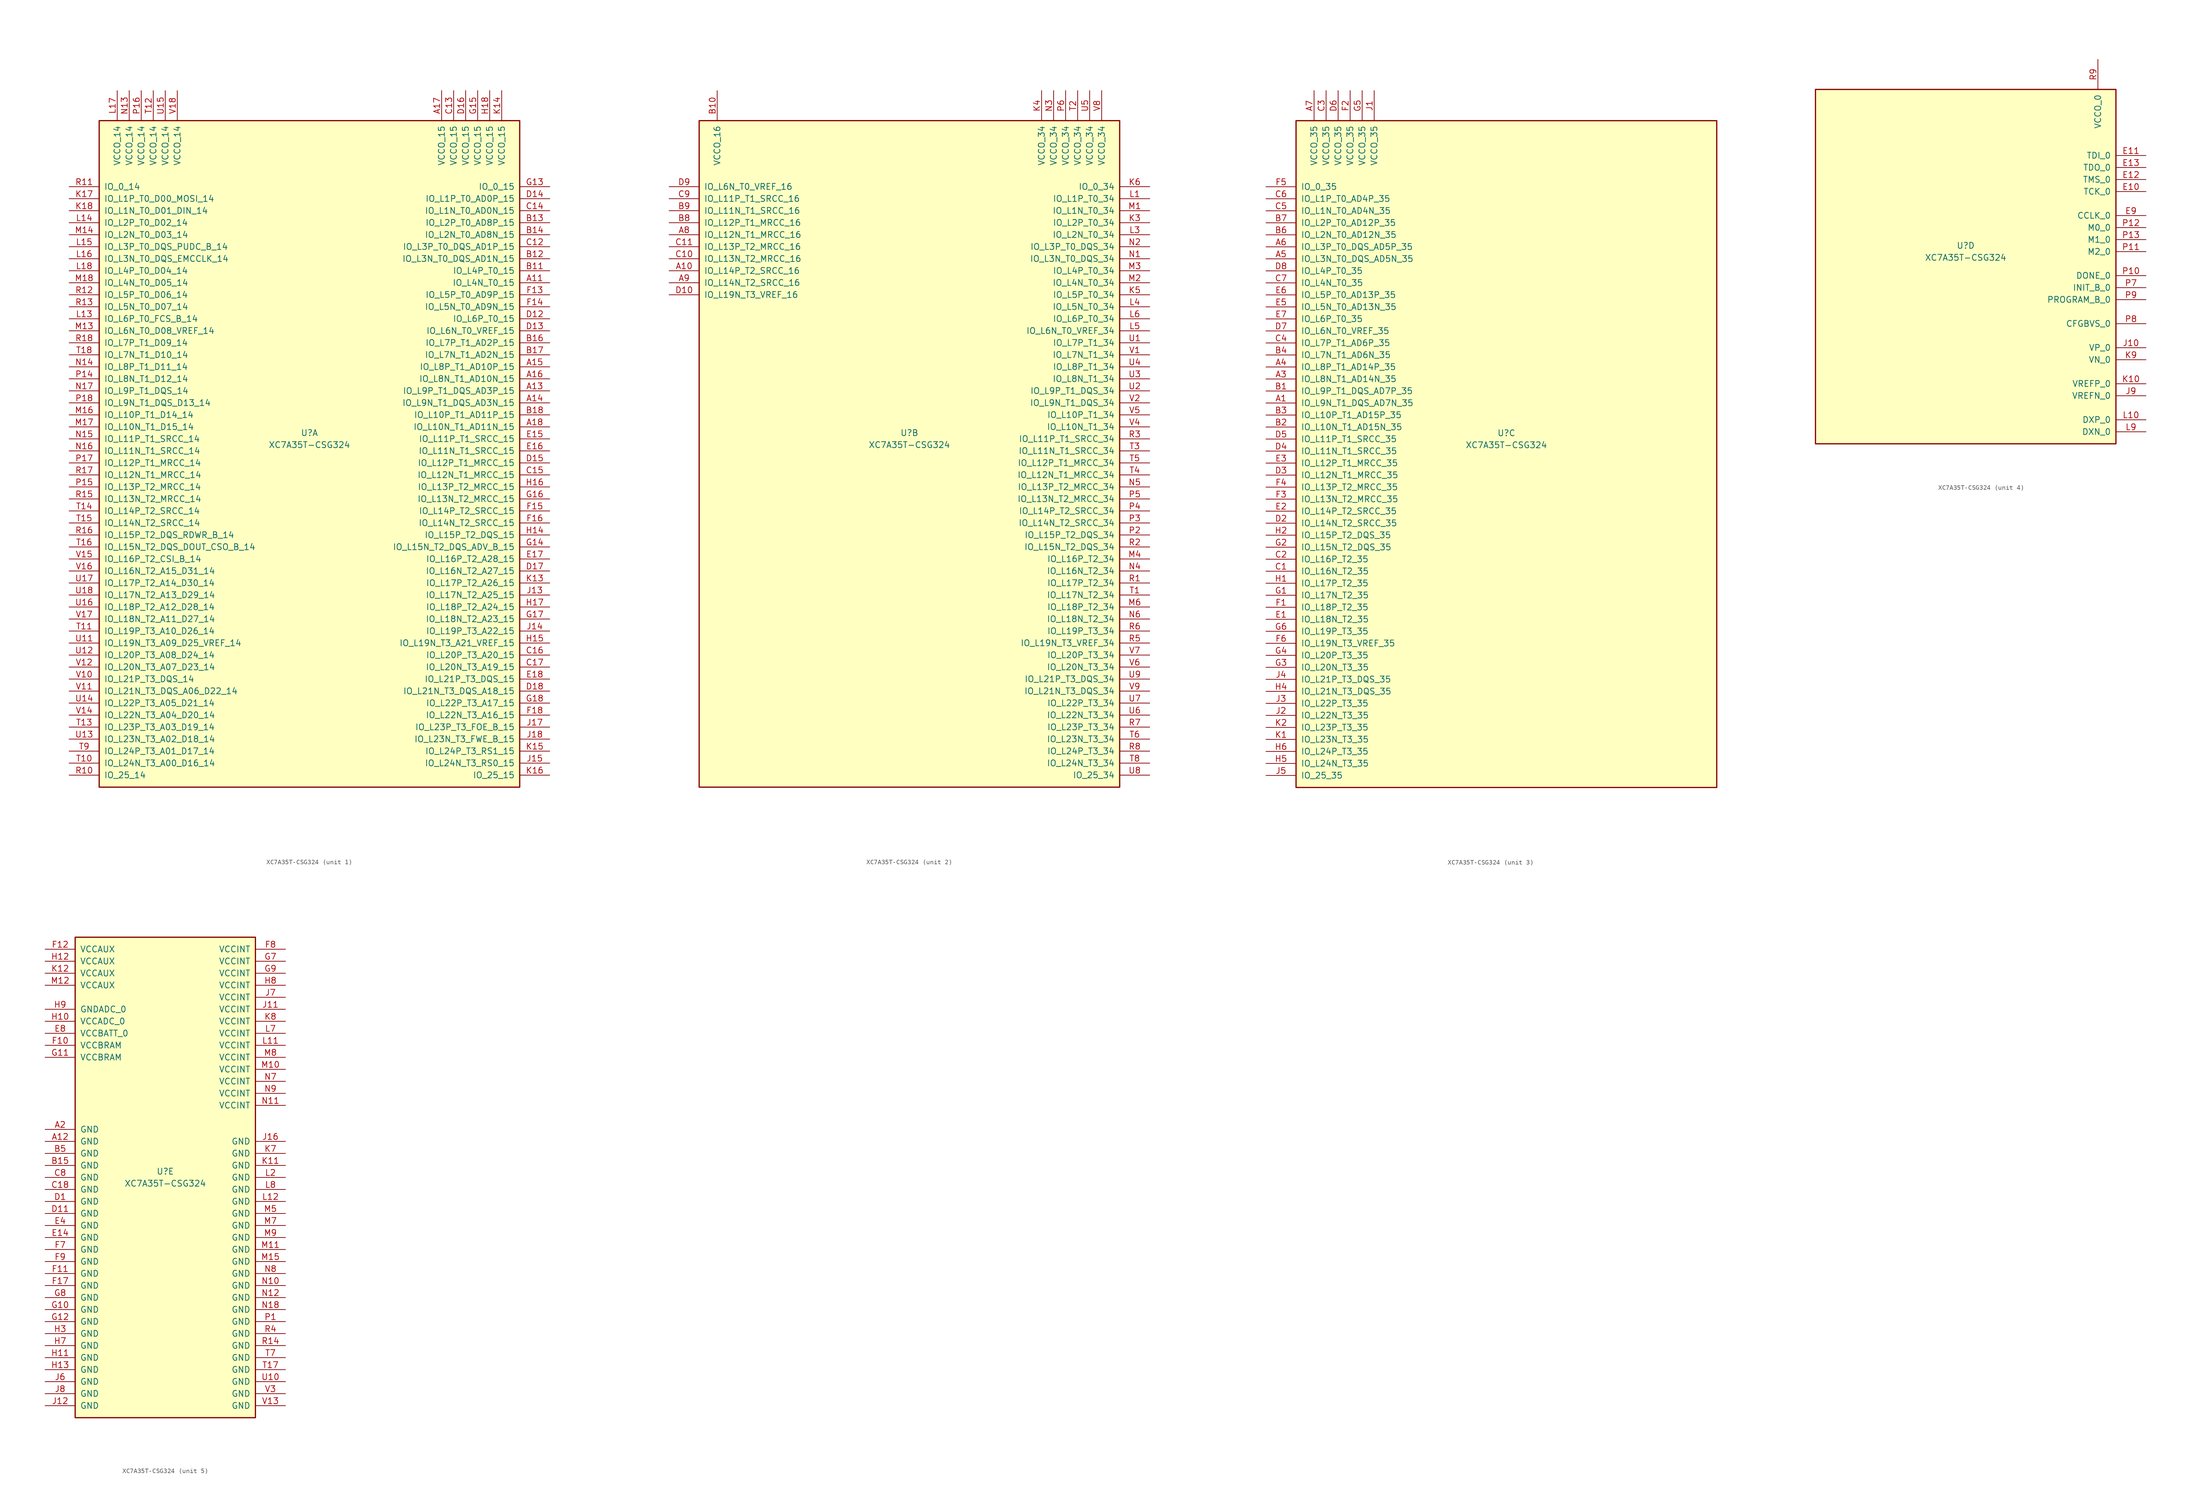
<source format=kicad_sym>
(kicad_symbol_lib
  (version 20201005)
  (generator kicad_symbol_editor)
  (symbol "XC7A35T-CSG324"
    (pin_names
      (offset 1.016))
    (property "Reference" "U"
      (at 0 1.27 0)
      (effects (font (size 1.27 1.27))))
    (property "Value" "XC7A35T-CSG324"
      (at 0 -1.27 0)
      (effects (font (size 1.27 1.27))))
    (property "Datasheet" ""
      (at 0 0 0)
      (effects (font (size 1.27 1.27))))
    (property "ki_locked" ""
      (at 0 0 0)
      (effects (font (size 1.27 1.27))))
    (symbol "XC7A35T-CSG324_1_1"
      (rectangle (start -44.45 67.31) (end 44.45 -73.66) (stroke (width 0.254)) (fill (type background)))
      (pin power_in line (at -40.64 73.66 270) (length 6.35) (name "VCCO_14" (effects (font (size 1.27 1.27)))) (number "L17" (effects (font (size 1.27 1.27)))))
      (pin power_in line (at -38.1 73.66 270) (length 6.35) (name "VCCO_14" (effects (font (size 1.27 1.27)))) (number "N13" (effects (font (size 1.27 1.27)))))
      (pin power_in line (at -35.56 73.66 270) (length 6.35) (name "VCCO_14" (effects (font (size 1.27 1.27)))) (number "P16" (effects (font (size 1.27 1.27)))))
      (pin power_in line (at -33.02 73.66 270) (length 6.35) (name "VCCO_14" (effects (font (size 1.27 1.27)))) (number "T12" (effects (font (size 1.27 1.27)))))
      (pin power_in line (at -30.48 73.66 270) (length 6.35) (name "VCCO_14" (effects (font (size 1.27 1.27)))) (number "U15" (effects (font (size 1.27 1.27)))))
      (pin power_in line (at -27.94 73.66 270) (length 6.35) (name "VCCO_14" (effects (font (size 1.27 1.27)))) (number "V18" (effects (font (size 1.27 1.27)))))
      (pin bidirectional line (at -50.8 53.34 0) (length 6.35) (name "IO_0_14" (effects (font (size 1.27 1.27)))) (number "R11" (effects (font (size 1.27 1.27)))))
      (pin bidirectional line (at -50.8 50.8 0) (length 6.35) (name "IO_L1P_T0_D00_MOSI_14" (effects (font (size 1.27 1.27)))) (number "K17" (effects (font (size 1.27 1.27)))))
      (pin bidirectional line (at -50.8 48.26 0) (length 6.35) (name "IO_L1N_T0_D01_DIN_14" (effects (font (size 1.27 1.27)))) (number "K18" (effects (font (size 1.27 1.27)))))
      (pin bidirectional line (at -50.8 45.72 0) (length 6.35) (name "IO_L2P_T0_D02_14" (effects (font (size 1.27 1.27)))) (number "L14" (effects (font (size 1.27 1.27)))))
      (pin bidirectional line (at -50.8 43.18 0) (length 6.35) (name "IO_L2N_T0_D03_14" (effects (font (size 1.27 1.27)))) (number "M14" (effects (font (size 1.27 1.27)))))
      (pin bidirectional line (at -50.8 40.64 0) (length 6.35) (name "IO_L3P_T0_DQS_PUDC_B_14" (effects (font (size 1.27 1.27)))) (number "L15" (effects (font (size 1.27 1.27)))))
      (pin bidirectional line (at -50.8 38.1 0) (length 6.35) (name "IO_L3N_T0_DQS_EMCCLK_14" (effects (font (size 1.27 1.27)))) (number "L16" (effects (font (size 1.27 1.27)))))
      (pin bidirectional line (at -50.8 35.56 0) (length 6.35) (name "IO_L4P_T0_D04_14" (effects (font (size 1.27 1.27)))) (number "L18" (effects (font (size 1.27 1.27)))))
      (pin bidirectional line (at -50.8 33.02 0) (length 6.35) (name "IO_L4N_T0_D05_14" (effects (font (size 1.27 1.27)))) (number "M18" (effects (font (size 1.27 1.27)))))
      (pin bidirectional line (at -50.8 30.48 0) (length 6.35) (name "IO_L5P_T0_D06_14" (effects (font (size 1.27 1.27)))) (number "R12" (effects (font (size 1.27 1.27)))))
      (pin bidirectional line (at -50.8 27.94 0) (length 6.35) (name "IO_L5N_T0_D07_14" (effects (font (size 1.27 1.27)))) (number "R13" (effects (font (size 1.27 1.27)))))
      (pin bidirectional line (at -50.8 25.4 0) (length 6.35) (name "IO_L6P_T0_FCS_B_14" (effects (font (size 1.27 1.27)))) (number "L13" (effects (font (size 1.27 1.27)))))
      (pin bidirectional line (at -50.8 22.86 0) (length 6.35) (name "IO_L6N_T0_D08_VREF_14" (effects (font (size 1.27 1.27)))) (number "M13" (effects (font (size 1.27 1.27)))))
      (pin bidirectional line (at -50.8 20.32 0) (length 6.35) (name "IO_L7P_T1_D09_14" (effects (font (size 1.27 1.27)))) (number "R18" (effects (font (size 1.27 1.27)))))
      (pin bidirectional line (at -50.8 17.78 0) (length 6.35) (name "IO_L7N_T1_D10_14" (effects (font (size 1.27 1.27)))) (number "T18" (effects (font (size 1.27 1.27)))))
      (pin bidirectional line (at -50.8 15.24 0) (length 6.35) (name "IO_L8P_T1_D11_14" (effects (font (size 1.27 1.27)))) (number "N14" (effects (font (size 1.27 1.27)))))
      (pin bidirectional line (at -50.8 12.7 0) (length 6.35) (name "IO_L8N_T1_D12_14" (effects (font (size 1.27 1.27)))) (number "P14" (effects (font (size 1.27 1.27)))))
      (pin bidirectional line (at -50.8 10.16 0) (length 6.35) (name "IO_L9P_T1_DQS_14" (effects (font (size 1.27 1.27)))) (number "N17" (effects (font (size 1.27 1.27)))))
      (pin bidirectional line (at -50.8 7.62 0) (length 6.35) (name "IO_L9N_T1_DQS_D13_14" (effects (font (size 1.27 1.27)))) (number "P18" (effects (font (size 1.27 1.27)))))
      (pin bidirectional line (at -50.8 5.08 0) (length 6.35) (name "IO_L10P_T1_D14_14" (effects (font (size 1.27 1.27)))) (number "M16" (effects (font (size 1.27 1.27)))))
      (pin bidirectional line (at -50.8 2.54 0) (length 6.35) (name "IO_L10N_T1_D15_14" (effects (font (size 1.27 1.27)))) (number "M17" (effects (font (size 1.27 1.27)))))
      (pin bidirectional line (at -50.8 0 0) (length 6.35) (name "IO_L11P_T1_SRCC_14" (effects (font (size 1.27 1.27)))) (number "N15" (effects (font (size 1.27 1.27)))))
      (pin bidirectional line (at -50.8 -2.54 0) (length 6.35) (name "IO_L11N_T1_SRCC_14" (effects (font (size 1.27 1.27)))) (number "N16" (effects (font (size 1.27 1.27)))))
      (pin bidirectional line (at -50.8 -5.08 0) (length 6.35) (name "IO_L12P_T1_MRCC_14" (effects (font (size 1.27 1.27)))) (number "P17" (effects (font (size 1.27 1.27)))))
      (pin bidirectional line (at -50.8 -7.62 0) (length 6.35) (name "IO_L12N_T1_MRCC_14" (effects (font (size 1.27 1.27)))) (number "R17" (effects (font (size 1.27 1.27)))))
      (pin bidirectional line (at -50.8 -10.16 0) (length 6.35) (name "IO_L13P_T2_MRCC_14" (effects (font (size 1.27 1.27)))) (number "P15" (effects (font (size 1.27 1.27)))))
      (pin bidirectional line (at -50.8 -12.7 0) (length 6.35) (name "IO_L13N_T2_MRCC_14" (effects (font (size 1.27 1.27)))) (number "R15" (effects (font (size 1.27 1.27)))))
      (pin bidirectional line (at -50.8 -15.24 0) (length 6.35) (name "IO_L14P_T2_SRCC_14" (effects (font (size 1.27 1.27)))) (number "T14" (effects (font (size 1.27 1.27)))))
      (pin bidirectional line (at -50.8 -17.78 0) (length 6.35) (name "IO_L14N_T2_SRCC_14" (effects (font (size 1.27 1.27)))) (number "T15" (effects (font (size 1.27 1.27)))))
      (pin bidirectional line (at -50.8 -20.32 0) (length 6.35) (name "IO_L15P_T2_DQS_RDWR_B_14" (effects (font (size 1.27 1.27)))) (number "R16" (effects (font (size 1.27 1.27)))))
      (pin bidirectional line (at -50.8 -22.86 0) (length 6.35) (name "IO_L15N_T2_DQS_DOUT_CSO_B_14" (effects (font (size 1.27 1.27)))) (number "T16" (effects (font (size 1.27 1.27)))))
      (pin bidirectional line (at -50.8 -25.4 0) (length 6.35) (name "IO_L16P_T2_CSI_B_14" (effects (font (size 1.27 1.27)))) (number "V15" (effects (font (size 1.27 1.27)))))
      (pin bidirectional line (at -50.8 -27.94 0) (length 6.35) (name "IO_L16N_T2_A15_D31_14" (effects (font (size 1.27 1.27)))) (number "V16" (effects (font (size 1.27 1.27)))))
      (pin bidirectional line (at -50.8 -30.48 0) (length 6.35) (name "IO_L17P_T2_A14_D30_14" (effects (font (size 1.27 1.27)))) (number "U17" (effects (font (size 1.27 1.27)))))
      (pin bidirectional line (at -50.8 -33.02 0) (length 6.35) (name "IO_L17N_T2_A13_D29_14" (effects (font (size 1.27 1.27)))) (number "U18" (effects (font (size 1.27 1.27)))))
      (pin bidirectional line (at -50.8 -35.56 0) (length 6.35) (name "IO_L18P_T2_A12_D28_14" (effects (font (size 1.27 1.27)))) (number "U16" (effects (font (size 1.27 1.27)))))
      (pin bidirectional line (at -50.8 -38.1 0) (length 6.35) (name "IO_L18N_T2_A11_D27_14" (effects (font (size 1.27 1.27)))) (number "V17" (effects (font (size 1.27 1.27)))))
      (pin bidirectional line (at -50.8 -40.64 0) (length 6.35) (name "IO_L19P_T3_A10_D26_14" (effects (font (size 1.27 1.27)))) (number "T11" (effects (font (size 1.27 1.27)))))
      (pin bidirectional line (at -50.8 -43.18 0) (length 6.35) (name "IO_L19N_T3_A09_D25_VREF_14" (effects (font (size 1.27 1.27)))) (number "U11" (effects (font (size 1.27 1.27)))))
      (pin bidirectional line (at -50.8 -45.72 0) (length 6.35) (name "IO_L20P_T3_A08_D24_14" (effects (font (size 1.27 1.27)))) (number "U12" (effects (font (size 1.27 1.27)))))
      (pin bidirectional line (at -50.8 -48.26 0) (length 6.35) (name "IO_L20N_T3_A07_D23_14" (effects (font (size 1.27 1.27)))) (number "V12" (effects (font (size 1.27 1.27)))))
      (pin bidirectional line (at -50.8 -50.8 0) (length 6.35) (name "IO_L21P_T3_DQS_14" (effects (font (size 1.27 1.27)))) (number "V10" (effects (font (size 1.27 1.27)))))
      (pin bidirectional line (at -50.8 -53.34 0) (length 6.35) (name "IO_L21N_T3_DQS_A06_D22_14" (effects (font (size 1.27 1.27)))) (number "V11" (effects (font (size 1.27 1.27)))))
      (pin bidirectional line (at -50.8 -55.88 0) (length 6.35) (name "IO_L22P_T3_A05_D21_14" (effects (font (size 1.27 1.27)))) (number "U14" (effects (font (size 1.27 1.27)))))
      (pin bidirectional line (at -50.8 -58.42 0) (length 6.35) (name "IO_L22N_T3_A04_D20_14" (effects (font (size 1.27 1.27)))) (number "V14" (effects (font (size 1.27 1.27)))))
      (pin bidirectional line (at -50.8 -60.96 0) (length 6.35) (name "IO_L23P_T3_A03_D19_14" (effects (font (size 1.27 1.27)))) (number "T13" (effects (font (size 1.27 1.27)))))
      (pin bidirectional line (at -50.8 -63.5 0) (length 6.35) (name "IO_L23N_T3_A02_D18_14" (effects (font (size 1.27 1.27)))) (number "U13" (effects (font (size 1.27 1.27)))))
      (pin bidirectional line (at -50.8 -66.04 0) (length 6.35) (name "IO_L24P_T3_A01_D17_14" (effects (font (size 1.27 1.27)))) (number "T9" (effects (font (size 1.27 1.27)))))
      (pin bidirectional line (at -50.8 -68.58 0) (length 6.35) (name "IO_L24N_T3_A00_D16_14" (effects (font (size 1.27 1.27)))) (number "T10" (effects (font (size 1.27 1.27)))))
      (pin bidirectional line (at -50.8 -71.12 0) (length 6.35) (name "IO_25_14" (effects (font (size 1.27 1.27)))) (number "R10" (effects (font (size 1.27 1.27)))))
      (pin power_in line (at 27.94 73.66 270) (length 6.35) (name "VCCO_15" (effects (font (size 1.27 1.27)))) (number "A17" (effects (font (size 1.27 1.27)))))
      (pin power_in line (at 30.48 73.66 270) (length 6.35) (name "VCCO_15" (effects (font (size 1.27 1.27)))) (number "C13" (effects (font (size 1.27 1.27)))))
      (pin power_in line (at 33.02 73.66 270) (length 6.35) (name "VCCO_15" (effects (font (size 1.27 1.27)))) (number "D16" (effects (font (size 1.27 1.27)))))
      (pin power_in line (at 35.56 73.66 270) (length 6.35) (name "VCCO_15" (effects (font (size 1.27 1.27)))) (number "G15" (effects (font (size 1.27 1.27)))))
      (pin power_in line (at 38.1 73.66 270) (length 6.35) (name "VCCO_15" (effects (font (size 1.27 1.27)))) (number "H18" (effects (font (size 1.27 1.27)))))
      (pin power_in line (at 40.64 73.66 270) (length 6.35) (name "VCCO_15" (effects (font (size 1.27 1.27)))) (number "K14" (effects (font (size 1.27 1.27)))))
      (pin bidirectional line (at 50.8 53.34 180) (length 6.35) (name "IO_0_15" (effects (font (size 1.27 1.27)))) (number "G13" (effects (font (size 1.27 1.27)))))
      (pin bidirectional line (at 50.8 50.8 180) (length 6.35) (name "IO_L1P_T0_AD0P_15" (effects (font (size 1.27 1.27)))) (number "D14" (effects (font (size 1.27 1.27)))))
      (pin bidirectional line (at 50.8 48.26 180) (length 6.35) (name "IO_L1N_T0_AD0N_15" (effects (font (size 1.27 1.27)))) (number "C14" (effects (font (size 1.27 1.27)))))
      (pin bidirectional line (at 50.8 45.72 180) (length 6.35) (name "IO_L2P_T0_AD8P_15" (effects (font (size 1.27 1.27)))) (number "B13" (effects (font (size 1.27 1.27)))))
      (pin bidirectional line (at 50.8 43.18 180) (length 6.35) (name "IO_L2N_T0_AD8N_15" (effects (font (size 1.27 1.27)))) (number "B14" (effects (font (size 1.27 1.27)))))
      (pin bidirectional line (at 50.8 40.64 180) (length 6.35) (name "IO_L3P_T0_DQS_AD1P_15" (effects (font (size 1.27 1.27)))) (number "C12" (effects (font (size 1.27 1.27)))))
      (pin bidirectional line (at 50.8 38.1 180) (length 6.35) (name "IO_L3N_T0_DQS_AD1N_15" (effects (font (size 1.27 1.27)))) (number "B12" (effects (font (size 1.27 1.27)))))
      (pin bidirectional line (at 50.8 35.56 180) (length 6.35) (name "IO_L4P_T0_15" (effects (font (size 1.27 1.27)))) (number "B11" (effects (font (size 1.27 1.27)))))
      (pin bidirectional line (at 50.8 33.02 180) (length 6.35) (name "IO_L4N_T0_15" (effects (font (size 1.27 1.27)))) (number "A11" (effects (font (size 1.27 1.27)))))
      (pin bidirectional line (at 50.8 30.48 180) (length 6.35) (name "IO_L5P_T0_AD9P_15" (effects (font (size 1.27 1.27)))) (number "F13" (effects (font (size 1.27 1.27)))))
      (pin bidirectional line (at 50.8 27.94 180) (length 6.35) (name "IO_L5N_T0_AD9N_15" (effects (font (size 1.27 1.27)))) (number "F14" (effects (font (size 1.27 1.27)))))
      (pin bidirectional line (at 50.8 25.4 180) (length 6.35) (name "IO_L6P_T0_15" (effects (font (size 1.27 1.27)))) (number "D12" (effects (font (size 1.27 1.27)))))
      (pin bidirectional line (at 50.8 22.86 180) (length 6.35) (name "IO_L6N_T0_VREF_15" (effects (font (size 1.27 1.27)))) (number "D13" (effects (font (size 1.27 1.27)))))
      (pin bidirectional line (at 50.8 20.32 180) (length 6.35) (name "IO_L7P_T1_AD2P_15" (effects (font (size 1.27 1.27)))) (number "B16" (effects (font (size 1.27 1.27)))))
      (pin bidirectional line (at 50.8 17.78 180) (length 6.35) (name "IO_L7N_T1_AD2N_15" (effects (font (size 1.27 1.27)))) (number "B17" (effects (font (size 1.27 1.27)))))
      (pin bidirectional line (at 50.8 15.24 180) (length 6.35) (name "IO_L8P_T1_AD10P_15" (effects (font (size 1.27 1.27)))) (number "A15" (effects (font (size 1.27 1.27)))))
      (pin bidirectional line (at 50.8 12.7 180) (length 6.35) (name "IO_L8N_T1_AD10N_15" (effects (font (size 1.27 1.27)))) (number "A16" (effects (font (size 1.27 1.27)))))
      (pin bidirectional line (at 50.8 10.16 180) (length 6.35) (name "IO_L9P_T1_DQS_AD3P_15" (effects (font (size 1.27 1.27)))) (number "A13" (effects (font (size 1.27 1.27)))))
      (pin bidirectional line (at 50.8 7.62 180) (length 6.35) (name "IO_L9N_T1_DQS_AD3N_15" (effects (font (size 1.27 1.27)))) (number "A14" (effects (font (size 1.27 1.27)))))
      (pin bidirectional line (at 50.8 5.08 180) (length 6.35) (name "IO_L10P_T1_AD11P_15" (effects (font (size 1.27 1.27)))) (number "B18" (effects (font (size 1.27 1.27)))))
      (pin bidirectional line (at 50.8 2.54 180) (length 6.35) (name "IO_L10N_T1_AD11N_15" (effects (font (size 1.27 1.27)))) (number "A18" (effects (font (size 1.27 1.27)))))
      (pin bidirectional line (at 50.8 0 180) (length 6.35) (name "IO_L11P_T1_SRCC_15" (effects (font (size 1.27 1.27)))) (number "E15" (effects (font (size 1.27 1.27)))))
      (pin bidirectional line (at 50.8 -2.54 180) (length 6.35) (name "IO_L11N_T1_SRCC_15" (effects (font (size 1.27 1.27)))) (number "E16" (effects (font (size 1.27 1.27)))))
      (pin bidirectional line (at 50.8 -5.08 180) (length 6.35) (name "IO_L12P_T1_MRCC_15" (effects (font (size 1.27 1.27)))) (number "D15" (effects (font (size 1.27 1.27)))))
      (pin bidirectional line (at 50.8 -7.62 180) (length 6.35) (name "IO_L12N_T1_MRCC_15" (effects (font (size 1.27 1.27)))) (number "C15" (effects (font (size 1.27 1.27)))))
      (pin bidirectional line (at 50.8 -10.16 180) (length 6.35) (name "IO_L13P_T2_MRCC_15" (effects (font (size 1.27 1.27)))) (number "H16" (effects (font (size 1.27 1.27)))))
      (pin bidirectional line (at 50.8 -12.7 180) (length 6.35) (name "IO_L13N_T2_MRCC_15" (effects (font (size 1.27 1.27)))) (number "G16" (effects (font (size 1.27 1.27)))))
      (pin bidirectional line (at 50.8 -15.24 180) (length 6.35) (name "IO_L14P_T2_SRCC_15" (effects (font (size 1.27 1.27)))) (number "F15" (effects (font (size 1.27 1.27)))))
      (pin bidirectional line (at 50.8 -17.78 180) (length 6.35) (name "IO_L14N_T2_SRCC_15" (effects (font (size 1.27 1.27)))) (number "F16" (effects (font (size 1.27 1.27)))))
      (pin bidirectional line (at 50.8 -20.32 180) (length 6.35) (name "IO_L15P_T2_DQS_15" (effects (font (size 1.27 1.27)))) (number "H14" (effects (font (size 1.27 1.27)))))
      (pin bidirectional line (at 50.8 -22.86 180) (length 6.35) (name "IO_L15N_T2_DQS_ADV_B_15" (effects (font (size 1.27 1.27)))) (number "G14" (effects (font (size 1.27 1.27)))))
      (pin bidirectional line (at 50.8 -25.4 180) (length 6.35) (name "IO_L16P_T2_A28_15" (effects (font (size 1.27 1.27)))) (number "E17" (effects (font (size 1.27 1.27)))))
      (pin bidirectional line (at 50.8 -27.94 180) (length 6.35) (name "IO_L16N_T2_A27_15" (effects (font (size 1.27 1.27)))) (number "D17" (effects (font (size 1.27 1.27)))))
      (pin bidirectional line (at 50.8 -30.48 180) (length 6.35) (name "IO_L17P_T2_A26_15" (effects (font (size 1.27 1.27)))) (number "K13" (effects (font (size 1.27 1.27)))))
      (pin bidirectional line (at 50.8 -33.02 180) (length 6.35) (name "IO_L17N_T2_A25_15" (effects (font (size 1.27 1.27)))) (number "J13" (effects (font (size 1.27 1.27)))))
      (pin bidirectional line (at 50.8 -35.56 180) (length 6.35) (name "IO_L18P_T2_A24_15" (effects (font (size 1.27 1.27)))) (number "H17" (effects (font (size 1.27 1.27)))))
      (pin bidirectional line (at 50.8 -38.1 180) (length 6.35) (name "IO_L18N_T2_A23_15" (effects (font (size 1.27 1.27)))) (number "G17" (effects (font (size 1.27 1.27)))))
      (pin bidirectional line (at 50.8 -40.64 180) (length 6.35) (name "IO_L19P_T3_A22_15" (effects (font (size 1.27 1.27)))) (number "J14" (effects (font (size 1.27 1.27)))))
      (pin bidirectional line (at 50.8 -43.18 180) (length 6.35) (name "IO_L19N_T3_A21_VREF_15" (effects (font (size 1.27 1.27)))) (number "H15" (effects (font (size 1.27 1.27)))))
      (pin bidirectional line (at 50.8 -45.72 180) (length 6.35) (name "IO_L20P_T3_A20_15" (effects (font (size 1.27 1.27)))) (number "C16" (effects (font (size 1.27 1.27)))))
      (pin bidirectional line (at 50.8 -48.26 180) (length 6.35) (name "IO_L20N_T3_A19_15" (effects (font (size 1.27 1.27)))) (number "C17" (effects (font (size 1.27 1.27)))))
      (pin bidirectional line (at 50.8 -50.8 180) (length 6.35) (name "IO_L21P_T3_DQS_15" (effects (font (size 1.27 1.27)))) (number "E18" (effects (font (size 1.27 1.27)))))
      (pin bidirectional line (at 50.8 -53.34 180) (length 6.35) (name "IO_L21N_T3_DQS_A18_15" (effects (font (size 1.27 1.27)))) (number "D18" (effects (font (size 1.27 1.27)))))
      (pin bidirectional line (at 50.8 -55.88 180) (length 6.35) (name "IO_L22P_T3_A17_15" (effects (font (size 1.27 1.27)))) (number "G18" (effects (font (size 1.27 1.27)))))
      (pin bidirectional line (at 50.8 -58.42 180) (length 6.35) (name "IO_L22N_T3_A16_15" (effects (font (size 1.27 1.27)))) (number "F18" (effects (font (size 1.27 1.27)))))
      (pin bidirectional line (at 50.8 -60.96 180) (length 6.35) (name "IO_L23P_T3_FOE_B_15" (effects (font (size 1.27 1.27)))) (number "J17" (effects (font (size 1.27 1.27)))))
      (pin bidirectional line (at 50.8 -63.5 180) (length 6.35) (name "IO_L23N_T3_FWE_B_15" (effects (font (size 1.27 1.27)))) (number "J18" (effects (font (size 1.27 1.27)))))
      (pin bidirectional line (at 50.8 -66.04 180) (length 6.35) (name "IO_L24P_T3_RS1_15" (effects (font (size 1.27 1.27)))) (number "K15" (effects (font (size 1.27 1.27)))))
      (pin bidirectional line (at 50.8 -68.58 180) (length 6.35) (name "IO_L24N_T3_RS0_15" (effects (font (size 1.27 1.27)))) (number "J15" (effects (font (size 1.27 1.27)))))
      (pin bidirectional line (at 50.8 -71.12 180) (length 6.35) (name "IO_25_15" (effects (font (size 1.27 1.27)))) (number "K16" (effects (font (size 1.27 1.27))))))
    (symbol "XC7A35T-CSG324_2_1"
      (rectangle (start -44.45 67.31) (end 44.45 -73.66) (stroke (width 0.254)) (fill (type background)))
      (pin power_in line (at -40.64 73.66 270) (length 6.35) (name "VCCO_16" (effects (font (size 1.27 1.27)))) (number "B10" (effects (font (size 1.27 1.27)))))
      (pin bidirectional line (at -50.8 53.34 0) (length 6.35) (name "IO_L6N_T0_VREF_16" (effects (font (size 1.27 1.27)))) (number "D9" (effects (font (size 1.27 1.27)))))
      (pin bidirectional line (at -50.8 50.8 0) (length 6.35) (name "IO_L11P_T1_SRCC_16" (effects (font (size 1.27 1.27)))) (number "C9" (effects (font (size 1.27 1.27)))))
      (pin bidirectional line (at -50.8 48.26 0) (length 6.35) (name "IO_L11N_T1_SRCC_16" (effects (font (size 1.27 1.27)))) (number "B9" (effects (font (size 1.27 1.27)))))
      (pin bidirectional line (at -50.8 45.72 0) (length 6.35) (name "IO_L12P_T1_MRCC_16" (effects (font (size 1.27 1.27)))) (number "B8" (effects (font (size 1.27 1.27)))))
      (pin bidirectional line (at -50.8 43.18 0) (length 6.35) (name "IO_L12N_T1_MRCC_16" (effects (font (size 1.27 1.27)))) (number "A8" (effects (font (size 1.27 1.27)))))
      (pin bidirectional line (at -50.8 40.64 0) (length 6.35) (name "IO_L13P_T2_MRCC_16" (effects (font (size 1.27 1.27)))) (number "C11" (effects (font (size 1.27 1.27)))))
      (pin bidirectional line (at -50.8 38.1 0) (length 6.35) (name "IO_L13N_T2_MRCC_16" (effects (font (size 1.27 1.27)))) (number "C10" (effects (font (size 1.27 1.27)))))
      (pin bidirectional line (at -50.8 35.56 0) (length 6.35) (name "IO_L14P_T2_SRCC_16" (effects (font (size 1.27 1.27)))) (number "A10" (effects (font (size 1.27 1.27)))))
      (pin bidirectional line (at -50.8 33.02 0) (length 6.35) (name "IO_L14N_T2_SRCC_16" (effects (font (size 1.27 1.27)))) (number "A9" (effects (font (size 1.27 1.27)))))
      (pin bidirectional line (at -50.8 30.48 0) (length 6.35) (name "IO_L19N_T3_VREF_16" (effects (font (size 1.27 1.27)))) (number "D10" (effects (font (size 1.27 1.27)))))
      (pin power_in line (at 27.94 73.66 270) (length 6.35) (name "VCCO_34" (effects (font (size 1.27 1.27)))) (number "K4" (effects (font (size 1.27 1.27)))))
      (pin power_in line (at 30.48 73.66 270) (length 6.35) (name "VCCO_34" (effects (font (size 1.27 1.27)))) (number "N3" (effects (font (size 1.27 1.27)))))
      (pin power_in line (at 33.02 73.66 270) (length 6.35) (name "VCCO_34" (effects (font (size 1.27 1.27)))) (number "P6" (effects (font (size 1.27 1.27)))))
      (pin power_in line (at 35.56 73.66 270) (length 6.35) (name "VCCO_34" (effects (font (size 1.27 1.27)))) (number "T2" (effects (font (size 1.27 1.27)))))
      (pin power_in line (at 38.1 73.66 270) (length 6.35) (name "VCCO_34" (effects (font (size 1.27 1.27)))) (number "U5" (effects (font (size 1.27 1.27)))))
      (pin power_in line (at 40.64 73.66 270) (length 6.35) (name "VCCO_34" (effects (font (size 1.27 1.27)))) (number "V8" (effects (font (size 1.27 1.27)))))
      (pin bidirectional line (at 50.8 53.34 180) (length 6.35) (name "IO_0_34" (effects (font (size 1.27 1.27)))) (number "K6" (effects (font (size 1.27 1.27)))))
      (pin bidirectional line (at 50.8 50.8 180) (length 6.35) (name "IO_L1P_T0_34" (effects (font (size 1.27 1.27)))) (number "L1" (effects (font (size 1.27 1.27)))))
      (pin bidirectional line (at 50.8 48.26 180) (length 6.35) (name "IO_L1N_T0_34" (effects (font (size 1.27 1.27)))) (number "M1" (effects (font (size 1.27 1.27)))))
      (pin bidirectional line (at 50.8 45.72 180) (length 6.35) (name "IO_L2P_T0_34" (effects (font (size 1.27 1.27)))) (number "K3" (effects (font (size 1.27 1.27)))))
      (pin bidirectional line (at 50.8 43.18 180) (length 6.35) (name "IO_L2N_T0_34" (effects (font (size 1.27 1.27)))) (number "L3" (effects (font (size 1.27 1.27)))))
      (pin bidirectional line (at 50.8 40.64 180) (length 6.35) (name "IO_L3P_T0_DQS_34" (effects (font (size 1.27 1.27)))) (number "N2" (effects (font (size 1.27 1.27)))))
      (pin bidirectional line (at 50.8 38.1 180) (length 6.35) (name "IO_L3N_T0_DQS_34" (effects (font (size 1.27 1.27)))) (number "N1" (effects (font (size 1.27 1.27)))))
      (pin bidirectional line (at 50.8 35.56 180) (length 6.35) (name "IO_L4P_T0_34" (effects (font (size 1.27 1.27)))) (number "M3" (effects (font (size 1.27 1.27)))))
      (pin bidirectional line (at 50.8 33.02 180) (length 6.35) (name "IO_L4N_T0_34" (effects (font (size 1.27 1.27)))) (number "M2" (effects (font (size 1.27 1.27)))))
      (pin bidirectional line (at 50.8 30.48 180) (length 6.35) (name "IO_L5P_T0_34" (effects (font (size 1.27 1.27)))) (number "K5" (effects (font (size 1.27 1.27)))))
      (pin bidirectional line (at 50.8 27.94 180) (length 6.35) (name "IO_L5N_T0_34" (effects (font (size 1.27 1.27)))) (number "L4" (effects (font (size 1.27 1.27)))))
      (pin bidirectional line (at 50.8 25.4 180) (length 6.35) (name "IO_L6P_T0_34" (effects (font (size 1.27 1.27)))) (number "L6" (effects (font (size 1.27 1.27)))))
      (pin bidirectional line (at 50.8 22.86 180) (length 6.35) (name "IO_L6N_T0_VREF_34" (effects (font (size 1.27 1.27)))) (number "L5" (effects (font (size 1.27 1.27)))))
      (pin bidirectional line (at 50.8 20.32 180) (length 6.35) (name "IO_L7P_T1_34" (effects (font (size 1.27 1.27)))) (number "U1" (effects (font (size 1.27 1.27)))))
      (pin bidirectional line (at 50.8 17.78 180) (length 6.35) (name "IO_L7N_T1_34" (effects (font (size 1.27 1.27)))) (number "V1" (effects (font (size 1.27 1.27)))))
      (pin bidirectional line (at 50.8 15.24 180) (length 6.35) (name "IO_L8P_T1_34" (effects (font (size 1.27 1.27)))) (number "U4" (effects (font (size 1.27 1.27)))))
      (pin bidirectional line (at 50.8 12.7 180) (length 6.35) (name "IO_L8N_T1_34" (effects (font (size 1.27 1.27)))) (number "U3" (effects (font (size 1.27 1.27)))))
      (pin bidirectional line (at 50.8 10.16 180) (length 6.35) (name "IO_L9P_T1_DQS_34" (effects (font (size 1.27 1.27)))) (number "U2" (effects (font (size 1.27 1.27)))))
      (pin bidirectional line (at 50.8 7.62 180) (length 6.35) (name "IO_L9N_T1_DQS_34" (effects (font (size 1.27 1.27)))) (number "V2" (effects (font (size 1.27 1.27)))))
      (pin bidirectional line (at 50.8 5.08 180) (length 6.35) (name "IO_L10P_T1_34" (effects (font (size 1.27 1.27)))) (number "V5" (effects (font (size 1.27 1.27)))))
      (pin bidirectional line (at 50.8 2.54 180) (length 6.35) (name "IO_L10N_T1_34" (effects (font (size 1.27 1.27)))) (number "V4" (effects (font (size 1.27 1.27)))))
      (pin bidirectional line (at 50.8 0 180) (length 6.35) (name "IO_L11P_T1_SRCC_34" (effects (font (size 1.27 1.27)))) (number "R3" (effects (font (size 1.27 1.27)))))
      (pin bidirectional line (at 50.8 -2.54 180) (length 6.35) (name "IO_L11N_T1_SRCC_34" (effects (font (size 1.27 1.27)))) (number "T3" (effects (font (size 1.27 1.27)))))
      (pin bidirectional line (at 50.8 -5.08 180) (length 6.35) (name "IO_L12P_T1_MRCC_34" (effects (font (size 1.27 1.27)))) (number "T5" (effects (font (size 1.27 1.27)))))
      (pin bidirectional line (at 50.8 -7.62 180) (length 6.35) (name "IO_L12N_T1_MRCC_34" (effects (font (size 1.27 1.27)))) (number "T4" (effects (font (size 1.27 1.27)))))
      (pin bidirectional line (at 50.8 -10.16 180) (length 6.35) (name "IO_L13P_T2_MRCC_34" (effects (font (size 1.27 1.27)))) (number "N5" (effects (font (size 1.27 1.27)))))
      (pin bidirectional line (at 50.8 -12.7 180) (length 6.35) (name "IO_L13N_T2_MRCC_34" (effects (font (size 1.27 1.27)))) (number "P5" (effects (font (size 1.27 1.27)))))
      (pin bidirectional line (at 50.8 -15.24 180) (length 6.35) (name "IO_L14P_T2_SRCC_34" (effects (font (size 1.27 1.27)))) (number "P4" (effects (font (size 1.27 1.27)))))
      (pin bidirectional line (at 50.8 -17.78 180) (length 6.35) (name "IO_L14N_T2_SRCC_34" (effects (font (size 1.27 1.27)))) (number "P3" (effects (font (size 1.27 1.27)))))
      (pin bidirectional line (at 50.8 -20.32 180) (length 6.35) (name "IO_L15P_T2_DQS_34" (effects (font (size 1.27 1.27)))) (number "P2" (effects (font (size 1.27 1.27)))))
      (pin bidirectional line (at 50.8 -22.86 180) (length 6.35) (name "IO_L15N_T2_DQS_34" (effects (font (size 1.27 1.27)))) (number "R2" (effects (font (size 1.27 1.27)))))
      (pin bidirectional line (at 50.8 -25.4 180) (length 6.35) (name "IO_L16P_T2_34" (effects (font (size 1.27 1.27)))) (number "M4" (effects (font (size 1.27 1.27)))))
      (pin bidirectional line (at 50.8 -27.94 180) (length 6.35) (name "IO_L16N_T2_34" (effects (font (size 1.27 1.27)))) (number "N4" (effects (font (size 1.27 1.27)))))
      (pin bidirectional line (at 50.8 -30.48 180) (length 6.35) (name "IO_L17P_T2_34" (effects (font (size 1.27 1.27)))) (number "R1" (effects (font (size 1.27 1.27)))))
      (pin bidirectional line (at 50.8 -33.02 180) (length 6.35) (name "IO_L17N_T2_34" (effects (font (size 1.27 1.27)))) (number "T1" (effects (font (size 1.27 1.27)))))
      (pin bidirectional line (at 50.8 -35.56 180) (length 6.35) (name "IO_L18P_T2_34" (effects (font (size 1.27 1.27)))) (number "M6" (effects (font (size 1.27 1.27)))))
      (pin bidirectional line (at 50.8 -38.1 180) (length 6.35) (name "IO_L18N_T2_34" (effects (font (size 1.27 1.27)))) (number "N6" (effects (font (size 1.27 1.27)))))
      (pin bidirectional line (at 50.8 -40.64 180) (length 6.35) (name "IO_L19P_T3_34" (effects (font (size 1.27 1.27)))) (number "R6" (effects (font (size 1.27 1.27)))))
      (pin bidirectional line (at 50.8 -43.18 180) (length 6.35) (name "IO_L19N_T3_VREF_34" (effects (font (size 1.27 1.27)))) (number "R5" (effects (font (size 1.27 1.27)))))
      (pin bidirectional line (at 50.8 -45.72 180) (length 6.35) (name "IO_L20P_T3_34" (effects (font (size 1.27 1.27)))) (number "V7" (effects (font (size 1.27 1.27)))))
      (pin bidirectional line (at 50.8 -48.26 180) (length 6.35) (name "IO_L20N_T3_34" (effects (font (size 1.27 1.27)))) (number "V6" (effects (font (size 1.27 1.27)))))
      (pin bidirectional line (at 50.8 -50.8 180) (length 6.35) (name "IO_L21P_T3_DQS_34" (effects (font (size 1.27 1.27)))) (number "U9" (effects (font (size 1.27 1.27)))))
      (pin bidirectional line (at 50.8 -53.34 180) (length 6.35) (name "IO_L21N_T3_DQS_34" (effects (font (size 1.27 1.27)))) (number "V9" (effects (font (size 1.27 1.27)))))
      (pin bidirectional line (at 50.8 -55.88 180) (length 6.35) (name "IO_L22P_T3_34" (effects (font (size 1.27 1.27)))) (number "U7" (effects (font (size 1.27 1.27)))))
      (pin bidirectional line (at 50.8 -58.42 180) (length 6.35) (name "IO_L22N_T3_34" (effects (font (size 1.27 1.27)))) (number "U6" (effects (font (size 1.27 1.27)))))
      (pin bidirectional line (at 50.8 -60.96 180) (length 6.35) (name "IO_L23P_T3_34" (effects (font (size 1.27 1.27)))) (number "R7" (effects (font (size 1.27 1.27)))))
      (pin bidirectional line (at 50.8 -63.5 180) (length 6.35) (name "IO_L23N_T3_34" (effects (font (size 1.27 1.27)))) (number "T6" (effects (font (size 1.27 1.27)))))
      (pin bidirectional line (at 50.8 -66.04 180) (length 6.35) (name "IO_L24P_T3_34" (effects (font (size 1.27 1.27)))) (number "R8" (effects (font (size 1.27 1.27)))))
      (pin bidirectional line (at 50.8 -68.58 180) (length 6.35) (name "IO_L24N_T3_34" (effects (font (size 1.27 1.27)))) (number "T8" (effects (font (size 1.27 1.27)))))
      (pin bidirectional line (at 50.8 -71.12 180) (length 6.35) (name "IO_25_34" (effects (font (size 1.27 1.27)))) (number "U8" (effects (font (size 1.27 1.27))))))
    (symbol "XC7A35T-CSG324_3_1"
      (rectangle (start -44.45 67.31) (end 44.45 -73.66) (stroke (width 0.254)) (fill (type background)))
      (pin power_in line (at -40.64 73.66 270) (length 6.35) (name "VCCO_35" (effects (font (size 1.27 1.27)))) (number "A7" (effects (font (size 1.27 1.27)))))
      (pin power_in line (at -38.1 73.66 270) (length 6.35) (name "VCCO_35" (effects (font (size 1.27 1.27)))) (number "C3" (effects (font (size 1.27 1.27)))))
      (pin power_in line (at -35.56 73.66 270) (length 6.35) (name "VCCO_35" (effects (font (size 1.27 1.27)))) (number "D6" (effects (font (size 1.27 1.27)))))
      (pin power_in line (at -33.02 73.66 270) (length 6.35) (name "VCCO_35" (effects (font (size 1.27 1.27)))) (number "F2" (effects (font (size 1.27 1.27)))))
      (pin power_in line (at -30.48 73.66 270) (length 6.35) (name "VCCO_35" (effects (font (size 1.27 1.27)))) (number "G5" (effects (font (size 1.27 1.27)))))
      (pin power_in line (at -27.94 73.66 270) (length 6.35) (name "VCCO_35" (effects (font (size 1.27 1.27)))) (number "J1" (effects (font (size 1.27 1.27)))))
      (pin bidirectional line (at -50.8 53.34 0) (length 6.35) (name "IO_0_35" (effects (font (size 1.27 1.27)))) (number "F5" (effects (font (size 1.27 1.27)))))
      (pin bidirectional line (at -50.8 50.8 0) (length 6.35) (name "IO_L1P_T0_AD4P_35" (effects (font (size 1.27 1.27)))) (number "C6" (effects (font (size 1.27 1.27)))))
      (pin bidirectional line (at -50.8 48.26 0) (length 6.35) (name "IO_L1N_T0_AD4N_35" (effects (font (size 1.27 1.27)))) (number "C5" (effects (font (size 1.27 1.27)))))
      (pin bidirectional line (at -50.8 45.72 0) (length 6.35) (name "IO_L2P_T0_AD12P_35" (effects (font (size 1.27 1.27)))) (number "B7" (effects (font (size 1.27 1.27)))))
      (pin bidirectional line (at -50.8 43.18 0) (length 6.35) (name "IO_L2N_T0_AD12N_35" (effects (font (size 1.27 1.27)))) (number "B6" (effects (font (size 1.27 1.27)))))
      (pin bidirectional line (at -50.8 40.64 0) (length 6.35) (name "IO_L3P_T0_DQS_AD5P_35" (effects (font (size 1.27 1.27)))) (number "A6" (effects (font (size 1.27 1.27)))))
      (pin bidirectional line (at -50.8 38.1 0) (length 6.35) (name "IO_L3N_T0_DQS_AD5N_35" (effects (font (size 1.27 1.27)))) (number "A5" (effects (font (size 1.27 1.27)))))
      (pin bidirectional line (at -50.8 35.56 0) (length 6.35) (name "IO_L4P_T0_35" (effects (font (size 1.27 1.27)))) (number "D8" (effects (font (size 1.27 1.27)))))
      (pin bidirectional line (at -50.8 33.02 0) (length 6.35) (name "IO_L4N_T0_35" (effects (font (size 1.27 1.27)))) (number "C7" (effects (font (size 1.27 1.27)))))
      (pin bidirectional line (at -50.8 30.48 0) (length 6.35) (name "IO_L5P_T0_AD13P_35" (effects (font (size 1.27 1.27)))) (number "E6" (effects (font (size 1.27 1.27)))))
      (pin bidirectional line (at -50.8 27.94 0) (length 6.35) (name "IO_L5N_T0_AD13N_35" (effects (font (size 1.27 1.27)))) (number "E5" (effects (font (size 1.27 1.27)))))
      (pin bidirectional line (at -50.8 25.4 0) (length 6.35) (name "IO_L6P_T0_35" (effects (font (size 1.27 1.27)))) (number "E7" (effects (font (size 1.27 1.27)))))
      (pin bidirectional line (at -50.8 22.86 0) (length 6.35) (name "IO_L6N_T0_VREF_35" (effects (font (size 1.27 1.27)))) (number "D7" (effects (font (size 1.27 1.27)))))
      (pin bidirectional line (at -50.8 20.32 0) (length 6.35) (name "IO_L7P_T1_AD6P_35" (effects (font (size 1.27 1.27)))) (number "C4" (effects (font (size 1.27 1.27)))))
      (pin bidirectional line (at -50.8 17.78 0) (length 6.35) (name "IO_L7N_T1_AD6N_35" (effects (font (size 1.27 1.27)))) (number "B4" (effects (font (size 1.27 1.27)))))
      (pin bidirectional line (at -50.8 15.24 0) (length 6.35) (name "IO_L8P_T1_AD14P_35" (effects (font (size 1.27 1.27)))) (number "A4" (effects (font (size 1.27 1.27)))))
      (pin bidirectional line (at -50.8 12.7 0) (length 6.35) (name "IO_L8N_T1_AD14N_35" (effects (font (size 1.27 1.27)))) (number "A3" (effects (font (size 1.27 1.27)))))
      (pin bidirectional line (at -50.8 10.16 0) (length 6.35) (name "IO_L9P_T1_DQS_AD7P_35" (effects (font (size 1.27 1.27)))) (number "B1" (effects (font (size 1.27 1.27)))))
      (pin bidirectional line (at -50.8 7.62 0) (length 6.35) (name "IO_L9N_T1_DQS_AD7N_35" (effects (font (size 1.27 1.27)))) (number "A1" (effects (font (size 1.27 1.27)))))
      (pin bidirectional line (at -50.8 5.08 0) (length 6.35) (name "IO_L10P_T1_AD15P_35" (effects (font (size 1.27 1.27)))) (number "B3" (effects (font (size 1.27 1.27)))))
      (pin bidirectional line (at -50.8 2.54 0) (length 6.35) (name "IO_L10N_T1_AD15N_35" (effects (font (size 1.27 1.27)))) (number "B2" (effects (font (size 1.27 1.27)))))
      (pin bidirectional line (at -50.8 0 0) (length 6.35) (name "IO_L11P_T1_SRCC_35" (effects (font (size 1.27 1.27)))) (number "D5" (effects (font (size 1.27 1.27)))))
      (pin bidirectional line (at -50.8 -2.54 0) (length 6.35) (name "IO_L11N_T1_SRCC_35" (effects (font (size 1.27 1.27)))) (number "D4" (effects (font (size 1.27 1.27)))))
      (pin bidirectional line (at -50.8 -5.08 0) (length 6.35) (name "IO_L12P_T1_MRCC_35" (effects (font (size 1.27 1.27)))) (number "E3" (effects (font (size 1.27 1.27)))))
      (pin bidirectional line (at -50.8 -7.62 0) (length 6.35) (name "IO_L12N_T1_MRCC_35" (effects (font (size 1.27 1.27)))) (number "D3" (effects (font (size 1.27 1.27)))))
      (pin bidirectional line (at -50.8 -10.16 0) (length 6.35) (name "IO_L13P_T2_MRCC_35" (effects (font (size 1.27 1.27)))) (number "F4" (effects (font (size 1.27 1.27)))))
      (pin bidirectional line (at -50.8 -12.7 0) (length 6.35) (name "IO_L13N_T2_MRCC_35" (effects (font (size 1.27 1.27)))) (number "F3" (effects (font (size 1.27 1.27)))))
      (pin bidirectional line (at -50.8 -15.24 0) (length 6.35) (name "IO_L14P_T2_SRCC_35" (effects (font (size 1.27 1.27)))) (number "E2" (effects (font (size 1.27 1.27)))))
      (pin bidirectional line (at -50.8 -17.78 0) (length 6.35) (name "IO_L14N_T2_SRCC_35" (effects (font (size 1.27 1.27)))) (number "D2" (effects (font (size 1.27 1.27)))))
      (pin bidirectional line (at -50.8 -20.32 0) (length 6.35) (name "IO_L15P_T2_DQS_35" (effects (font (size 1.27 1.27)))) (number "H2" (effects (font (size 1.27 1.27)))))
      (pin bidirectional line (at -50.8 -22.86 0) (length 6.35) (name "IO_L15N_T2_DQS_35" (effects (font (size 1.27 1.27)))) (number "G2" (effects (font (size 1.27 1.27)))))
      (pin bidirectional line (at -50.8 -25.4 0) (length 6.35) (name "IO_L16P_T2_35" (effects (font (size 1.27 1.27)))) (number "C2" (effects (font (size 1.27 1.27)))))
      (pin bidirectional line (at -50.8 -27.94 0) (length 6.35) (name "IO_L16N_T2_35" (effects (font (size 1.27 1.27)))) (number "C1" (effects (font (size 1.27 1.27)))))
      (pin bidirectional line (at -50.8 -30.48 0) (length 6.35) (name "IO_L17P_T2_35" (effects (font (size 1.27 1.27)))) (number "H1" (effects (font (size 1.27 1.27)))))
      (pin bidirectional line (at -50.8 -33.02 0) (length 6.35) (name "IO_L17N_T2_35" (effects (font (size 1.27 1.27)))) (number "G1" (effects (font (size 1.27 1.27)))))
      (pin bidirectional line (at -50.8 -35.56 0) (length 6.35) (name "IO_L18P_T2_35" (effects (font (size 1.27 1.27)))) (number "F1" (effects (font (size 1.27 1.27)))))
      (pin bidirectional line (at -50.8 -38.1 0) (length 6.35) (name "IO_L18N_T2_35" (effects (font (size 1.27 1.27)))) (number "E1" (effects (font (size 1.27 1.27)))))
      (pin bidirectional line (at -50.8 -40.64 0) (length 6.35) (name "IO_L19P_T3_35" (effects (font (size 1.27 1.27)))) (number "G6" (effects (font (size 1.27 1.27)))))
      (pin bidirectional line (at -50.8 -43.18 0) (length 6.35) (name "IO_L19N_T3_VREF_35" (effects (font (size 1.27 1.27)))) (number "F6" (effects (font (size 1.27 1.27)))))
      (pin bidirectional line (at -50.8 -45.72 0) (length 6.35) (name "IO_L20P_T3_35" (effects (font (size 1.27 1.27)))) (number "G4" (effects (font (size 1.27 1.27)))))
      (pin bidirectional line (at -50.8 -48.26 0) (length 6.35) (name "IO_L20N_T3_35" (effects (font (size 1.27 1.27)))) (number "G3" (effects (font (size 1.27 1.27)))))
      (pin bidirectional line (at -50.8 -50.8 0) (length 6.35) (name "IO_L21P_T3_DQS_35" (effects (font (size 1.27 1.27)))) (number "J4" (effects (font (size 1.27 1.27)))))
      (pin bidirectional line (at -50.8 -53.34 0) (length 6.35) (name "IO_L21N_T3_DQS_35" (effects (font (size 1.27 1.27)))) (number "H4" (effects (font (size 1.27 1.27)))))
      (pin bidirectional line (at -50.8 -55.88 0) (length 6.35) (name "IO_L22P_T3_35" (effects (font (size 1.27 1.27)))) (number "J3" (effects (font (size 1.27 1.27)))))
      (pin bidirectional line (at -50.8 -58.42 0) (length 6.35) (name "IO_L22N_T3_35" (effects (font (size 1.27 1.27)))) (number "J2" (effects (font (size 1.27 1.27)))))
      (pin bidirectional line (at -50.8 -60.96 0) (length 6.35) (name "IO_L23P_T3_35" (effects (font (size 1.27 1.27)))) (number "K2" (effects (font (size 1.27 1.27)))))
      (pin bidirectional line (at -50.8 -63.5 0) (length 6.35) (name "IO_L23N_T3_35" (effects (font (size 1.27 1.27)))) (number "K1" (effects (font (size 1.27 1.27)))))
      (pin bidirectional line (at -50.8 -66.04 0) (length 6.35) (name "IO_L24P_T3_35" (effects (font (size 1.27 1.27)))) (number "H6" (effects (font (size 1.27 1.27)))))
      (pin bidirectional line (at -50.8 -68.58 0) (length 6.35) (name "IO_L24N_T3_35" (effects (font (size 1.27 1.27)))) (number "H5" (effects (font (size 1.27 1.27)))))
      (pin bidirectional line (at -50.8 -71.12 0) (length 6.35) (name "IO_25_35" (effects (font (size 1.27 1.27)))) (number "J5" (effects (font (size 1.27 1.27))))))
    (symbol "XC7A35T-CSG324_4_1"
      (rectangle (start -31.75 34.29) (end 31.75 -40.64) (stroke (width 0.254)) (fill (type background)))
      (pin power_in line (at 27.94 40.64 270) (length 6.35) (name "VCCO_0" (effects (font (size 1.27 1.27)))) (number "R9" (effects (font (size 1.27 1.27)))))
      (pin bidirectional line (at 38.1 20.32 180) (length 6.35) (name "TDI_0" (effects (font (size 1.27 1.27)))) (number "E11" (effects (font (size 1.27 1.27)))))
      (pin bidirectional line (at 38.1 17.78 180) (length 6.35) (name "TDO_0" (effects (font (size 1.27 1.27)))) (number "E13" (effects (font (size 1.27 1.27)))))
      (pin bidirectional line (at 38.1 15.24 180) (length 6.35) (name "TMS_0" (effects (font (size 1.27 1.27)))) (number "E12" (effects (font (size 1.27 1.27)))))
      (pin bidirectional line (at 38.1 12.7 180) (length 6.35) (name "TCK_0" (effects (font (size 1.27 1.27)))) (number "E10" (effects (font (size 1.27 1.27)))))
      (pin bidirectional line (at 38.1 7.62 180) (length 6.35) (name "CCLK_0" (effects (font (size 1.27 1.27)))) (number "E9" (effects (font (size 1.27 1.27)))))
      (pin bidirectional line (at 38.1 5.08 180) (length 6.35) (name "M0_0" (effects (font (size 1.27 1.27)))) (number "P12" (effects (font (size 1.27 1.27)))))
      (pin bidirectional line (at 38.1 2.54 180) (length 6.35) (name "M1_0" (effects (font (size 1.27 1.27)))) (number "P13" (effects (font (size 1.27 1.27)))))
      (pin bidirectional line (at 38.1 0 180) (length 6.35) (name "M2_0" (effects (font (size 1.27 1.27)))) (number "P11" (effects (font (size 1.27 1.27)))))
      (pin bidirectional line (at 38.1 -5.08 180) (length 6.35) (name "DONE_0" (effects (font (size 1.27 1.27)))) (number "P10" (effects (font (size 1.27 1.27)))))
      (pin bidirectional line (at 38.1 -7.62 180) (length 6.35) (name "INIT_B_0" (effects (font (size 1.27 1.27)))) (number "P7" (effects (font (size 1.27 1.27)))))
      (pin bidirectional line (at 38.1 -10.16 180) (length 6.35) (name "PROGRAM_B_0" (effects (font (size 1.27 1.27)))) (number "P9" (effects (font (size 1.27 1.27)))))
      (pin bidirectional line (at 38.1 -15.24 180) (length 6.35) (name "CFGBVS_0" (effects (font (size 1.27 1.27)))) (number "P8" (effects (font (size 1.27 1.27)))))
      (pin bidirectional line (at 38.1 -20.32 180) (length 6.35) (name "VP_0" (effects (font (size 1.27 1.27)))) (number "J10" (effects (font (size 1.27 1.27)))))
      (pin bidirectional line (at 38.1 -22.86 180) (length 6.35) (name "VN_0" (effects (font (size 1.27 1.27)))) (number "K9" (effects (font (size 1.27 1.27)))))
      (pin bidirectional line (at 38.1 -27.94 180) (length 6.35) (name "VREFP_0" (effects (font (size 1.27 1.27)))) (number "K10" (effects (font (size 1.27 1.27)))))
      (pin bidirectional line (at 38.1 -30.48 180) (length 6.35) (name "VREFN_0" (effects (font (size 1.27 1.27)))) (number "J9" (effects (font (size 1.27 1.27)))))
      (pin bidirectional line (at 38.1 -35.56 180) (length 6.35) (name "DXP_0" (effects (font (size 1.27 1.27)))) (number "L10" (effects (font (size 1.27 1.27)))))
      (pin bidirectional line (at 38.1 -38.1 180) (length 6.35) (name "DXN_0" (effects (font (size 1.27 1.27)))) (number "L9" (effects (font (size 1.27 1.27))))))
    (symbol "XC7A35T-CSG324_5_1"
      (rectangle (start -19.05 50.8) (end 19.05 -50.8) (stroke (width 0.254)) (fill (type background)))
      (pin power_in line (at -25.4 48.26 0) (length 6.35) (name "VCCAUX" (effects (font (size 1.27 1.27)))) (number "F12" (effects (font (size 1.27 1.27)))))
      (pin power_in line (at -25.4 45.72 0) (length 6.35) (name "VCCAUX" (effects (font (size 1.27 1.27)))) (number "H12" (effects (font (size 1.27 1.27)))))
      (pin power_in line (at -25.4 43.18 0) (length 6.35) (name "VCCAUX" (effects (font (size 1.27 1.27)))) (number "K12" (effects (font (size 1.27 1.27)))))
      (pin power_in line (at -25.4 40.64 0) (length 6.35) (name "VCCAUX" (effects (font (size 1.27 1.27)))) (number "M12" (effects (font (size 1.27 1.27)))))
      (pin power_in line (at -25.4 35.56 0) (length 6.35) (name "GNDADC_0" (effects (font (size 1.27 1.27)))) (number "H9" (effects (font (size 1.27 1.27)))))
      (pin power_in line (at -25.4 33.02 0) (length 6.35) (name "VCCADC_0" (effects (font (size 1.27 1.27)))) (number "H10" (effects (font (size 1.27 1.27)))))
      (pin power_in line (at -25.4 30.48 0) (length 6.35) (name "VCCBATT_0" (effects (font (size 1.27 1.27)))) (number "E8" (effects (font (size 1.27 1.27)))))
      (pin power_in line (at -25.4 27.94 0) (length 6.35) (name "VCCBRAM" (effects (font (size 1.27 1.27)))) (number "F10" (effects (font (size 1.27 1.27)))))
      (pin power_in line (at -25.4 25.4 0) (length 6.35) (name "VCCBRAM" (effects (font (size 1.27 1.27)))) (number "G11" (effects (font (size 1.27 1.27)))))
      (pin power_in line (at -25.4 10.16 0) (length 6.35) (name "GND" (effects (font (size 1.27 1.27)))) (number "A2" (effects (font (size 1.27 1.27)))))
      (pin power_in line (at -25.4 7.62 0) (length 6.35) (name "GND" (effects (font (size 1.27 1.27)))) (number "A12" (effects (font (size 1.27 1.27)))))
      (pin power_in line (at -25.4 5.08 0) (length 6.35) (name "GND" (effects (font (size 1.27 1.27)))) (number "B5" (effects (font (size 1.27 1.27)))))
      (pin power_in line (at -25.4 2.54 0) (length 6.35) (name "GND" (effects (font (size 1.27 1.27)))) (number "B15" (effects (font (size 1.27 1.27)))))
      (pin power_in line (at -25.4 0 0) (length 6.35) (name "GND" (effects (font (size 1.27 1.27)))) (number "C8" (effects (font (size 1.27 1.27)))))
      (pin power_in line (at -25.4 -2.54 0) (length 6.35) (name "GND" (effects (font (size 1.27 1.27)))) (number "C18" (effects (font (size 1.27 1.27)))))
      (pin power_in line (at -25.4 -5.08 0) (length 6.35) (name "GND" (effects (font (size 1.27 1.27)))) (number "D1" (effects (font (size 1.27 1.27)))))
      (pin power_in line (at -25.4 -7.62 0) (length 6.35) (name "GND" (effects (font (size 1.27 1.27)))) (number "D11" (effects (font (size 1.27 1.27)))))
      (pin power_in line (at -25.4 -10.16 0) (length 6.35) (name "GND" (effects (font (size 1.27 1.27)))) (number "E4" (effects (font (size 1.27 1.27)))))
      (pin power_in line (at -25.4 -12.7 0) (length 6.35) (name "GND" (effects (font (size 1.27 1.27)))) (number "E14" (effects (font (size 1.27 1.27)))))
      (pin power_in line (at -25.4 -15.24 0) (length 6.35) (name "GND" (effects (font (size 1.27 1.27)))) (number "F7" (effects (font (size 1.27 1.27)))))
      (pin power_in line (at -25.4 -17.78 0) (length 6.35) (name "GND" (effects (font (size 1.27 1.27)))) (number "F9" (effects (font (size 1.27 1.27)))))
      (pin power_in line (at -25.4 -20.32 0) (length 6.35) (name "GND" (effects (font (size 1.27 1.27)))) (number "F11" (effects (font (size 1.27 1.27)))))
      (pin power_in line (at -25.4 -22.86 0) (length 6.35) (name "GND" (effects (font (size 1.27 1.27)))) (number "F17" (effects (font (size 1.27 1.27)))))
      (pin power_in line (at -25.4 -25.4 0) (length 6.35) (name "GND" (effects (font (size 1.27 1.27)))) (number "G8" (effects (font (size 1.27 1.27)))))
      (pin power_in line (at -25.4 -27.94 0) (length 6.35) (name "GND" (effects (font (size 1.27 1.27)))) (number "G10" (effects (font (size 1.27 1.27)))))
      (pin power_in line (at -25.4 -30.48 0) (length 6.35) (name "GND" (effects (font (size 1.27 1.27)))) (number "G12" (effects (font (size 1.27 1.27)))))
      (pin power_in line (at -25.4 -33.02 0) (length 6.35) (name "GND" (effects (font (size 1.27 1.27)))) (number "H3" (effects (font (size 1.27 1.27)))))
      (pin power_in line (at -25.4 -35.56 0) (length 6.35) (name "GND" (effects (font (size 1.27 1.27)))) (number "H7" (effects (font (size 1.27 1.27)))))
      (pin power_in line (at -25.4 -38.1 0) (length 6.35) (name "GND" (effects (font (size 1.27 1.27)))) (number "H11" (effects (font (size 1.27 1.27)))))
      (pin power_in line (at -25.4 -40.64 0) (length 6.35) (name "GND" (effects (font (size 1.27 1.27)))) (number "H13" (effects (font (size 1.27 1.27)))))
      (pin power_in line (at -25.4 -43.18 0) (length 6.35) (name "GND" (effects (font (size 1.27 1.27)))) (number "J6" (effects (font (size 1.27 1.27)))))
      (pin power_in line (at -25.4 -45.72 0) (length 6.35) (name "GND" (effects (font (size 1.27 1.27)))) (number "J8" (effects (font (size 1.27 1.27)))))
      (pin power_in line (at -25.4 -48.26 0) (length 6.35) (name "GND" (effects (font (size 1.27 1.27)))) (number "J12" (effects (font (size 1.27 1.27)))))
      (pin power_in line (at 25.4 48.26 180) (length 6.35) (name "VCCINT" (effects (font (size 1.27 1.27)))) (number "F8" (effects (font (size 1.27 1.27)))))
      (pin power_in line (at 25.4 45.72 180) (length 6.35) (name "VCCINT" (effects (font (size 1.27 1.27)))) (number "G7" (effects (font (size 1.27 1.27)))))
      (pin power_in line (at 25.4 43.18 180) (length 6.35) (name "VCCINT" (effects (font (size 1.27 1.27)))) (number "G9" (effects (font (size 1.27 1.27)))))
      (pin power_in line (at 25.4 40.64 180) (length 6.35) (name "VCCINT" (effects (font (size 1.27 1.27)))) (number "H8" (effects (font (size 1.27 1.27)))))
      (pin power_in line (at 25.4 38.1 180) (length 6.35) (name "VCCINT" (effects (font (size 1.27 1.27)))) (number "J7" (effects (font (size 1.27 1.27)))))
      (pin power_in line (at 25.4 35.56 180) (length 6.35) (name "VCCINT" (effects (font (size 1.27 1.27)))) (number "J11" (effects (font (size 1.27 1.27)))))
      (pin power_in line (at 25.4 33.02 180) (length 6.35) (name "VCCINT" (effects (font (size 1.27 1.27)))) (number "K8" (effects (font (size 1.27 1.27)))))
      (pin power_in line (at 25.4 30.48 180) (length 6.35) (name "VCCINT" (effects (font (size 1.27 1.27)))) (number "L7" (effects (font (size 1.27 1.27)))))
      (pin power_in line (at 25.4 27.94 180) (length 6.35) (name "VCCINT" (effects (font (size 1.27 1.27)))) (number "L11" (effects (font (size 1.27 1.27)))))
      (pin power_in line (at 25.4 25.4 180) (length 6.35) (name "VCCINT" (effects (font (size 1.27 1.27)))) (number "M8" (effects (font (size 1.27 1.27)))))
      (pin power_in line (at 25.4 22.86 180) (length 6.35) (name "VCCINT" (effects (font (size 1.27 1.27)))) (number "M10" (effects (font (size 1.27 1.27)))))
      (pin power_in line (at 25.4 20.32 180) (length 6.35) (name "VCCINT" (effects (font (size 1.27 1.27)))) (number "N7" (effects (font (size 1.27 1.27)))))
      (pin power_in line (at 25.4 17.78 180) (length 6.35) (name "VCCINT" (effects (font (size 1.27 1.27)))) (number "N9" (effects (font (size 1.27 1.27)))))
      (pin power_in line (at 25.4 15.24 180) (length 6.35) (name "VCCINT" (effects (font (size 1.27 1.27)))) (number "N11" (effects (font (size 1.27 1.27)))))
      (pin power_in line (at 25.4 7.62 180) (length 6.35) (name "GND" (effects (font (size 1.27 1.27)))) (number "J16" (effects (font (size 1.27 1.27)))))
      (pin power_in line (at 25.4 5.08 180) (length 6.35) (name "GND" (effects (font (size 1.27 1.27)))) (number "K7" (effects (font (size 1.27 1.27)))))
      (pin power_in line (at 25.4 2.54 180) (length 6.35) (name "GND" (effects (font (size 1.27 1.27)))) (number "K11" (effects (font (size 1.27 1.27)))))
      (pin power_in line (at 25.4 0 180) (length 6.35) (name "GND" (effects (font (size 1.27 1.27)))) (number "L2" (effects (font (size 1.27 1.27)))))
      (pin power_in line (at 25.4 -2.54 180) (length 6.35) (name "GND" (effects (font (size 1.27 1.27)))) (number "L8" (effects (font (size 1.27 1.27)))))
      (pin power_in line (at 25.4 -5.08 180) (length 6.35) (name "GND" (effects (font (size 1.27 1.27)))) (number "L12" (effects (font (size 1.27 1.27)))))
      (pin power_in line (at 25.4 -7.62 180) (length 6.35) (name "GND" (effects (font (size 1.27 1.27)))) (number "M5" (effects (font (size 1.27 1.27)))))
      (pin power_in line (at 25.4 -10.16 180) (length 6.35) (name "GND" (effects (font (size 1.27 1.27)))) (number "M7" (effects (font (size 1.27 1.27)))))
      (pin power_in line (at 25.4 -12.7 180) (length 6.35) (name "GND" (effects (font (size 1.27 1.27)))) (number "M9" (effects (font (size 1.27 1.27)))))
      (pin power_in line (at 25.4 -15.24 180) (length 6.35) (name "GND" (effects (font (size 1.27 1.27)))) (number "M11" (effects (font (size 1.27 1.27)))))
      (pin power_in line (at 25.4 -17.78 180) (length 6.35) (name "GND" (effects (font (size 1.27 1.27)))) (number "M15" (effects (font (size 1.27 1.27)))))
      (pin power_in line (at 25.4 -20.32 180) (length 6.35) (name "GND" (effects (font (size 1.27 1.27)))) (number "N8" (effects (font (size 1.27 1.27)))))
      (pin power_in line (at 25.4 -22.86 180) (length 6.35) (name "GND" (effects (font (size 1.27 1.27)))) (number "N10" (effects (font (size 1.27 1.27)))))
      (pin power_in line (at 25.4 -25.4 180) (length 6.35) (name "GND" (effects (font (size 1.27 1.27)))) (number "N12" (effects (font (size 1.27 1.27)))))
      (pin power_in line (at 25.4 -27.94 180) (length 6.35) (name "GND" (effects (font (size 1.27 1.27)))) (number "N18" (effects (font (size 1.27 1.27)))))
      (pin power_in line (at 25.4 -30.48 180) (length 6.35) (name "GND" (effects (font (size 1.27 1.27)))) (number "P1" (effects (font (size 1.27 1.27)))))
      (pin power_in line (at 25.4 -33.02 180) (length 6.35) (name "GND" (effects (font (size 1.27 1.27)))) (number "R4" (effects (font (size 1.27 1.27)))))
      (pin power_in line (at 25.4 -35.56 180) (length 6.35) (name "GND" (effects (font (size 1.27 1.27)))) (number "R14" (effects (font (size 1.27 1.27)))))
      (pin power_in line (at 25.4 -38.1 180) (length 6.35) (name "GND" (effects (font (size 1.27 1.27)))) (number "T7" (effects (font (size 1.27 1.27)))))
      (pin power_in line (at 25.4 -40.64 180) (length 6.35) (name "GND" (effects (font (size 1.27 1.27)))) (number "T17" (effects (font (size 1.27 1.27)))))
      (pin power_in line (at 25.4 -43.18 180) (length 6.35) (name "GND" (effects (font (size 1.27 1.27)))) (number "U10" (effects (font (size 1.27 1.27)))))
      (pin power_in line (at 25.4 -45.72 180) (length 6.35) (name "GND" (effects (font (size 1.27 1.27)))) (number "V3" (effects (font (size 1.27 1.27)))))
      (pin power_in line (at 25.4 -48.26 180) (length 6.35) (name "GND" (effects (font (size 1.27 1.27)))) (number "V13" (effects (font (size 1.27 1.27))))))))
</source>
